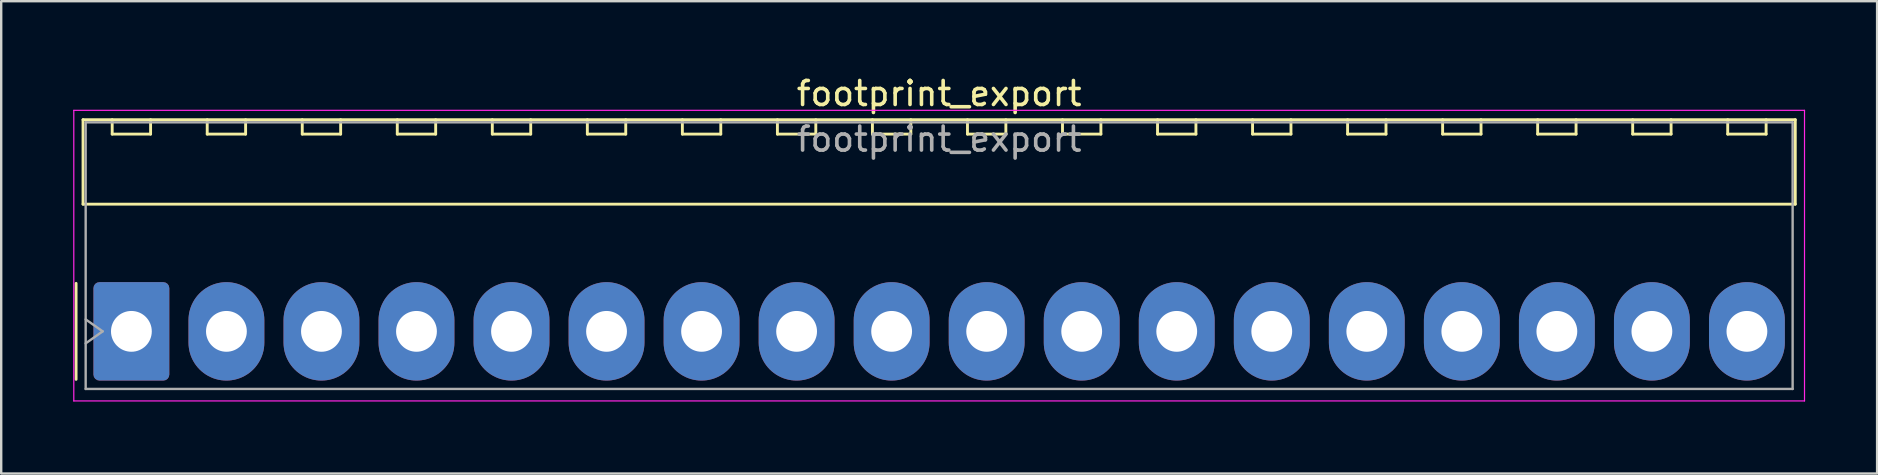
<source format=kicad_pcb>
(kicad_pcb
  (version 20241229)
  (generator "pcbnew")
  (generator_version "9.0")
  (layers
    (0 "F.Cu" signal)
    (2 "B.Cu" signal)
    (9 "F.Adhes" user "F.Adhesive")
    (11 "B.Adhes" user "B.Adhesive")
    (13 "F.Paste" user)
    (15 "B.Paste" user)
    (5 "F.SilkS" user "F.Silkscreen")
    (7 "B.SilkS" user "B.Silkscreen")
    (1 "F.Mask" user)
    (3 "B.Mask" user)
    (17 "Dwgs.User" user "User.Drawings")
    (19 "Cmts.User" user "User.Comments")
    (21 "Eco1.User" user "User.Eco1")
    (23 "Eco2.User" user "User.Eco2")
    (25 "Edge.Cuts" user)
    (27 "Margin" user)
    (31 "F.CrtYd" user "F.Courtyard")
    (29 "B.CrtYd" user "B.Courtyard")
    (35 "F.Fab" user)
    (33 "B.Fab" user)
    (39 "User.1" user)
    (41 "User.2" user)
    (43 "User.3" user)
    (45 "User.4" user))
  (footprint "footprint_export"
    (layer "F.Cu")
    (at 2.425 10.758)
    (property "Reference" "footprint_export" (at 33.66 -9.91 0) (layer "F.SilkS") (effects (font (size 1 1) (thickness 0.15))))
    (attr through_hole)
    (fp_line (start -2.305 -2) (end -2.305 2) (stroke (width 0.12) (type solid)) (layer "F.SilkS"))
    (fp_line (start -2.015 -8.82) (end 69.335 -8.82) (stroke (width 0.12) (type solid)) (layer "F.SilkS"))
    (fp_line (start -2.015 -5.3) (end -2.015 -8.82) (stroke (width 0.12) (type solid)) (layer "F.SilkS"))
    (fp_line (start -0.8 -8.82) (end -0.8 -8.22) (stroke (width 0.12) (type solid)) (layer "F.SilkS"))
    (fp_line (start -0.8 -8.22) (end 0.8 -8.22) (stroke (width 0.12) (type solid)) (layer "F.SilkS"))
    (fp_line (start 0.8 -8.22) (end 0.8 -8.82) (stroke (width 0.12) (type solid)) (layer "F.SilkS"))
    (fp_line (start 3.16 -8.82) (end 3.16 -8.22) (stroke (width 0.12) (type solid)) (layer "F.SilkS"))
    (fp_line (start 3.16 -8.22) (end 4.76 -8.22) (stroke (width 0.12) (type solid)) (layer "F.SilkS"))
    (fp_line (start 4.76 -8.22) (end 4.76 -8.82) (stroke (width 0.12) (type solid)) (layer "F.SilkS"))
    (fp_line (start 7.12 -8.82) (end 7.12 -8.22) (stroke (width 0.12) (type solid)) (layer "F.SilkS"))
    (fp_line (start 7.12 -8.22) (end 8.72 -8.22) (stroke (width 0.12) (type solid)) (layer "F.SilkS"))
    (fp_line (start 8.72 -8.22) (end 8.72 -8.82) (stroke (width 0.12) (type solid)) (layer "F.SilkS"))
    (fp_line (start 11.08 -8.82) (end 11.08 -8.22) (stroke (width 0.12) (type solid)) (layer "F.SilkS"))
    (fp_line (start 11.08 -8.22) (end 12.68 -8.22) (stroke (width 0.12) (type solid)) (layer "F.SilkS"))
    (fp_line (start 12.68 -8.22) (end 12.68 -8.82) (stroke (width 0.12) (type solid)) (layer "F.SilkS"))
    (fp_line (start 15.04 -8.82) (end 15.04 -8.22) (stroke (width 0.12) (type solid)) (layer "F.SilkS"))
    (fp_line (start 15.04 -8.22) (end 16.64 -8.22) (stroke (width 0.12) (type solid)) (layer "F.SilkS"))
    (fp_line (start 16.64 -8.22) (end 16.64 -8.82) (stroke (width 0.12) (type solid)) (layer "F.SilkS"))
    (fp_line (start 19 -8.82) (end 19 -8.22) (stroke (width 0.12) (type solid)) (layer "F.SilkS"))
    (fp_line (start 19 -8.22) (end 20.6 -8.22) (stroke (width 0.12) (type solid)) (layer "F.SilkS"))
    (fp_line (start 20.6 -8.22) (end 20.6 -8.82) (stroke (width 0.12) (type solid)) (layer "F.SilkS"))
    (fp_line (start 22.96 -8.82) (end 22.96 -8.22) (stroke (width 0.12) (type solid)) (layer "F.SilkS"))
    (fp_line (start 22.96 -8.22) (end 24.56 -8.22) (stroke (width 0.12) (type solid)) (layer "F.SilkS"))
    (fp_line (start 24.56 -8.22) (end 24.56 -8.82) (stroke (width 0.12) (type solid)) (layer "F.SilkS"))
    (fp_line (start 26.92 -8.82) (end 26.92 -8.22) (stroke (width 0.12) (type solid)) (layer "F.SilkS"))
    (fp_line (start 26.92 -8.22) (end 28.52 -8.22) (stroke (width 0.12) (type solid)) (layer "F.SilkS"))
    (fp_line (start 28.52 -8.22) (end 28.52 -8.82) (stroke (width 0.12) (type solid)) (layer "F.SilkS"))
    (fp_line (start 30.88 -8.82) (end 30.88 -8.22) (stroke (width 0.12) (type solid)) (layer "F.SilkS"))
    (fp_line (start 30.88 -8.22) (end 32.48 -8.22) (stroke (width 0.12) (type solid)) (layer "F.SilkS"))
    (fp_line (start 32.48 -8.22) (end 32.48 -8.82) (stroke (width 0.12) (type solid)) (layer "F.SilkS"))
    (fp_line (start 34.84 -8.82) (end 34.84 -8.22) (stroke (width 0.12) (type solid)) (layer "F.SilkS"))
    (fp_line (start 34.84 -8.22) (end 36.44 -8.22) (stroke (width 0.12) (type solid)) (layer "F.SilkS"))
    (fp_line (start 36.44 -8.22) (end 36.44 -8.82) (stroke (width 0.12) (type solid)) (layer "F.SilkS"))
    (fp_line (start 38.8 -8.82) (end 38.8 -8.22) (stroke (width 0.12) (type solid)) (layer "F.SilkS"))
    (fp_line (start 38.8 -8.22) (end 40.4 -8.22) (stroke (width 0.12) (type solid)) (layer "F.SilkS"))
    (fp_line (start 40.4 -8.22) (end 40.4 -8.82) (stroke (width 0.12) (type solid)) (layer "F.SilkS"))
    (fp_line (start 42.76 -8.82) (end 42.76 -8.22) (stroke (width 0.12) (type solid)) (layer "F.SilkS"))
    (fp_line (start 42.76 -8.22) (end 44.36 -8.22) (stroke (width 0.12) (type solid)) (layer "F.SilkS"))
    (fp_line (start 44.36 -8.22) (end 44.36 -8.82) (stroke (width 0.12) (type solid)) (layer "F.SilkS"))
    (fp_line (start 46.72 -8.82) (end 46.72 -8.22) (stroke (width 0.12) (type solid)) (layer "F.SilkS"))
    (fp_line (start 46.72 -8.22) (end 48.32 -8.22) (stroke (width 0.12) (type solid)) (layer "F.SilkS"))
    (fp_line (start 48.32 -8.22) (end 48.32 -8.82) (stroke (width 0.12) (type solid)) (layer "F.SilkS"))
    (fp_line (start 50.68 -8.82) (end 50.68 -8.22) (stroke (width 0.12) (type solid)) (layer "F.SilkS"))
    (fp_line (start 50.68 -8.22) (end 52.28 -8.22) (stroke (width 0.12) (type solid)) (layer "F.SilkS"))
    (fp_line (start 52.28 -8.22) (end 52.28 -8.82) (stroke (width 0.12) (type solid)) (layer "F.SilkS"))
    (fp_line (start 54.64 -8.82) (end 54.64 -8.22) (stroke (width 0.12) (type solid)) (layer "F.SilkS"))
    (fp_line (start 54.64 -8.22) (end 56.24 -8.22) (stroke (width 0.12) (type solid)) (layer "F.SilkS"))
    (fp_line (start 56.24 -8.22) (end 56.24 -8.82) (stroke (width 0.12) (type solid)) (layer "F.SilkS"))
    (fp_line (start 58.6 -8.82) (end 58.6 -8.22) (stroke (width 0.12) (type solid)) (layer "F.SilkS"))
    (fp_line (start 58.6 -8.22) (end 60.2 -8.22) (stroke (width 0.12) (type solid)) (layer "F.SilkS"))
    (fp_line (start 60.2 -8.22) (end 60.2 -8.82) (stroke (width 0.12) (type solid)) (layer "F.SilkS"))
    (fp_line (start 62.56 -8.82) (end 62.56 -8.22) (stroke (width 0.12) (type solid)) (layer "F.SilkS"))
    (fp_line (start 62.56 -8.22) (end 64.16 -8.22) (stroke (width 0.12) (type solid)) (layer "F.SilkS"))
    (fp_line (start 64.16 -8.22) (end 64.16 -8.82) (stroke (width 0.12) (type solid)) (layer "F.SilkS"))
    (fp_line (start 66.52 -8.82) (end 66.52 -8.22) (stroke (width 0.12) (type solid)) (layer "F.SilkS"))
    (fp_line (start 66.52 -8.22) (end 68.12 -8.22) (stroke (width 0.12) (type solid)) (layer "F.SilkS"))
    (fp_line (start 68.12 -8.22) (end 68.12 -8.82) (stroke (width 0.12) (type solid)) (layer "F.SilkS"))
    (fp_line (start 69.335 -8.82) (end 69.335 -5.3) (stroke (width 0.12) (type solid)) (layer "F.SilkS"))
    (fp_line (start 69.335 -5.3) (end -2.015 -5.3) (stroke (width 0.12) (type solid)) (layer "F.SilkS"))
    (fp_line (start -2.4 -9.21) (end -2.4 2.9) (stroke (width 0.05) (type solid)) (layer "F.CrtYd"))
    (fp_line (start -2.4 2.9) (end 69.72 2.9) (stroke (width 0.05) (type solid)) (layer "F.CrtYd"))
    (fp_line (start 69.72 -9.21) (end -2.4 -9.21) (stroke (width 0.05) (type solid)) (layer "F.CrtYd"))
    (fp_line (start 69.72 2.9) (end 69.72 -9.21) (stroke (width 0.05) (type solid)) (layer "F.CrtYd"))
    (fp_line (start -1.905 -8.71) (end 69.225 -8.71) (stroke (width 0.1) (type solid)) (layer "F.Fab"))
    (fp_line (start -1.905 -0.5) (end -1.198 0) (stroke (width 0.1) (type solid)) (layer "F.Fab"))
    (fp_line (start -1.905 2.4) (end -1.905 -8.71) (stroke (width 0.1) (type solid)) (layer "F.Fab"))
    (fp_line (start -1.198 0) (end -1.905 0.5) (stroke (width 0.1) (type solid)) (layer "F.Fab"))
    (fp_line (start 69.225 -8.71) (end 69.225 2.4) (stroke (width 0.1) (type solid)) (layer "F.Fab"))
    (fp_line (start 69.225 2.4) (end -1.905 2.4) (stroke (width 0.1) (type solid)) (layer "F.Fab"))
    (fp_text user "${REFERENCE}" (at 33.66 -8.01 0) (layer "F.Fab") (effects (font (size 1 1) (thickness 0.15))))
    (pad "1" thru_hole roundrect (at 0 0) (size 3.16 4.1) (drill 1.7) (layers "*.Cu" "*.Mask") (roundrect_rratio 0.079))
    (pad "2" thru_hole oval (at 3.96 0) (size 3.16 4.1) (drill 1.7) (layers "*.Cu" "*.Mask"))
    (pad "3" thru_hole oval (at 7.92 0) (size 3.16 4.1) (drill 1.7) (layers "*.Cu" "*.Mask"))
    (pad "4" thru_hole oval (at 11.88 0) (size 3.16 4.1) (drill 1.7) (layers "*.Cu" "*.Mask"))
    (pad "5" thru_hole oval (at 15.84 0) (size 3.16 4.1) (drill 1.7) (layers "*.Cu" "*.Mask"))
    (pad "6" thru_hole oval (at 19.8 0) (size 3.16 4.1) (drill 1.7) (layers "*.Cu" "*.Mask"))
    (pad "7" thru_hole oval (at 23.76 0) (size 3.16 4.1) (drill 1.7) (layers "*.Cu" "*.Mask"))
    (pad "8" thru_hole oval (at 27.72 0) (size 3.16 4.1) (drill 1.7) (layers "*.Cu" "*.Mask"))
    (pad "9" thru_hole oval (at 31.68 0) (size 3.16 4.1) (drill 1.7) (layers "*.Cu" "*.Mask"))
    (pad "10" thru_hole oval (at 35.64 0) (size 3.16 4.1) (drill 1.7) (layers "*.Cu" "*.Mask"))
    (pad "11" thru_hole oval (at 39.6 0) (size 3.16 4.1) (drill 1.7) (layers "*.Cu" "*.Mask"))
    (pad "12" thru_hole oval (at 43.56 0) (size 3.16 4.1) (drill 1.7) (layers "*.Cu" "*.Mask"))
    (pad "13" thru_hole oval (at 47.52 0) (size 3.16 4.1) (drill 1.7) (layers "*.Cu" "*.Mask"))
    (pad "14" thru_hole oval (at 51.48 0) (size 3.16 4.1) (drill 1.7) (layers "*.Cu" "*.Mask"))
    (pad "15" thru_hole oval (at 55.44 0) (size 3.16 4.1) (drill 1.7) (layers "*.Cu" "*.Mask"))
    (pad "16" thru_hole oval (at 59.4 0) (size 3.16 4.1) (drill 1.7) (layers "*.Cu" "*.Mask"))
    (pad "17" thru_hole oval (at 63.36 0) (size 3.16 4.1) (drill 1.7) (layers "*.Cu" "*.Mask"))
    (pad "18" thru_hole oval (at 67.32 0) (size 3.16 4.1) (drill 1.7) (layers "*.Cu" "*.Mask")))
  (gr_rect
    (start -3 -3)
    (end 75.17 16.683)
    (stroke (width 0.1) (type default))
    (fill no)
    (layer "Edge.Cuts")))
</source>
